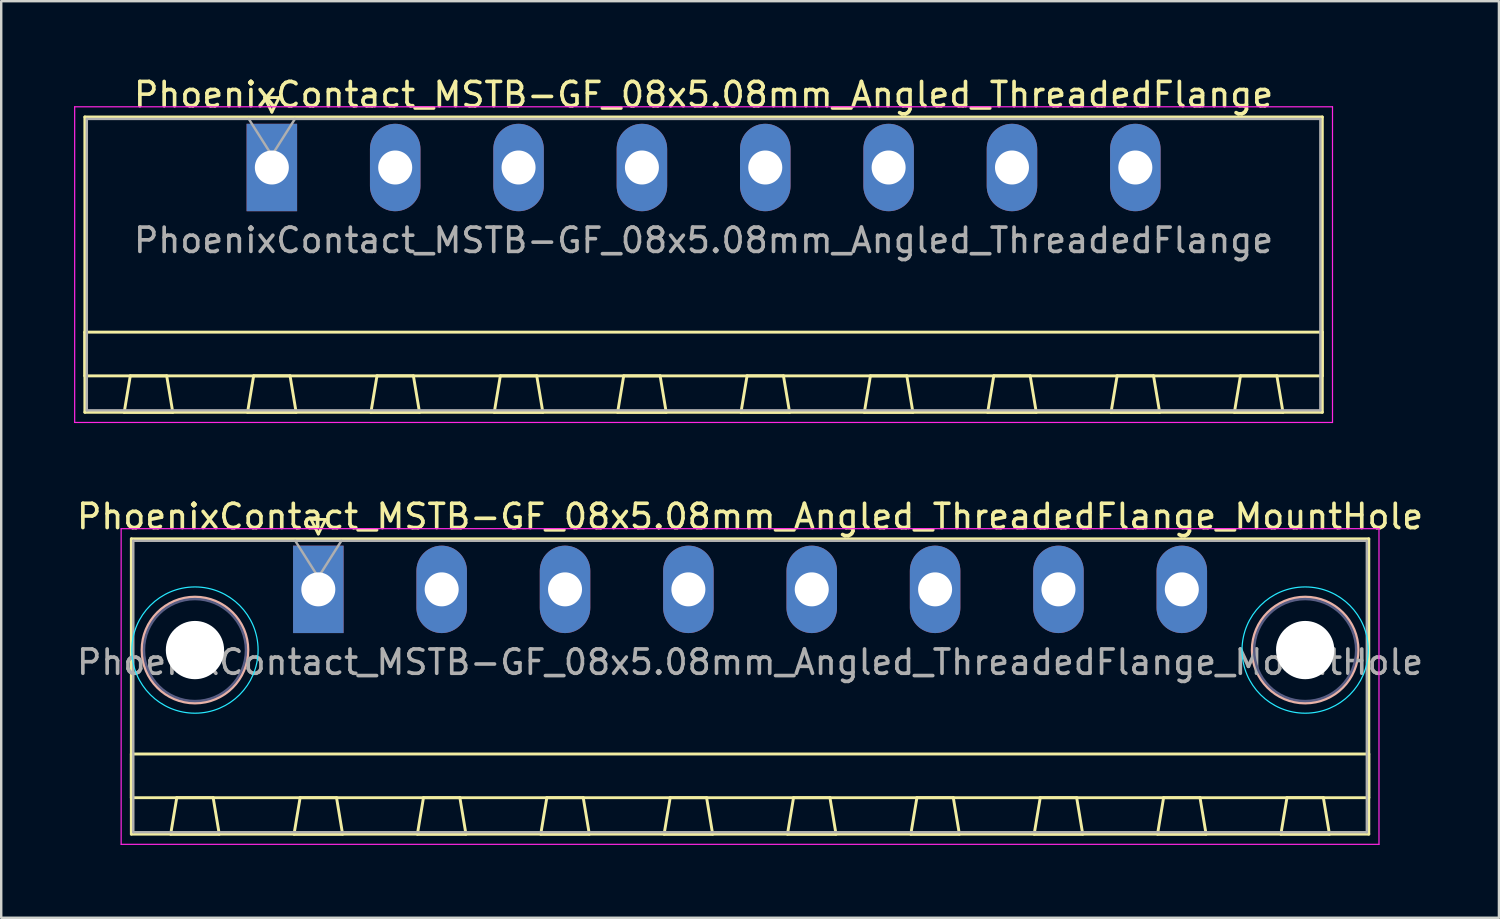
<source format=kicad_pcb>
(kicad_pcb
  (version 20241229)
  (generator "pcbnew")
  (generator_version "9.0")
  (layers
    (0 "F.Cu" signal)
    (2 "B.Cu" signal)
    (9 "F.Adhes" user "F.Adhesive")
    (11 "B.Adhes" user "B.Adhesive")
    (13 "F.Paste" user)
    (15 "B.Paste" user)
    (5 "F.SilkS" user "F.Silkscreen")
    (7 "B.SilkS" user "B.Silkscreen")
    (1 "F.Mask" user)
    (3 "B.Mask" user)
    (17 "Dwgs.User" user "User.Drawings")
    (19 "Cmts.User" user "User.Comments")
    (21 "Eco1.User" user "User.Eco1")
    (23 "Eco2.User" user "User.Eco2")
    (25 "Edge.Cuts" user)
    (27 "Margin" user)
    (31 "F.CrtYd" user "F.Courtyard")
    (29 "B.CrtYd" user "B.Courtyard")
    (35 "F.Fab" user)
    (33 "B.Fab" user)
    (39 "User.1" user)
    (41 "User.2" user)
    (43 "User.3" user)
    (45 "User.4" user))
  (footprint "PhoenixContact_MSTB-GF_08x5.08mm_Angled_ThreadedFlange"
    (layer "F.Cu")
    (at 8.145 3.848)
    (property "Reference" "PhoenixContact_MSTB-GF_08x5.08mm_Angled_ThreadedFlange" (at 17.78 -3 0) (layer "F.SilkS") (effects (font (size 1 1) (thickness 0.15))))
    (attr through_hole)
    (fp_line (start -7.7 -2.08) (end -7.7 10.08) (stroke (width 0.12) (type solid)) (layer "F.SilkS"))
    (fp_line (start -7.7 6.78) (end 43.26 6.78) (stroke (width 0.12) (type solid)) (layer "F.SilkS"))
    (fp_line (start -7.7 8.58) (end -7.7 6.78) (stroke (width 0.12) (type solid)) (layer "F.SilkS"))
    (fp_line (start -7.7 10.08) (end 43.26 10.08) (stroke (width 0.12) (type solid)) (layer "F.SilkS"))
    (fp_line (start -6.08 10.08) (end -4.08 10.08) (stroke (width 0.12) (type solid)) (layer "F.SilkS"))
    (fp_line (start -5.83 8.58) (end -6.08 10.08) (stroke (width 0.12) (type solid)) (layer "F.SilkS"))
    (fp_line (start -4.33 8.58) (end -5.83 8.58) (stroke (width 0.12) (type solid)) (layer "F.SilkS"))
    (fp_line (start -4.08 10.08) (end -4.33 8.58) (stroke (width 0.12) (type solid)) (layer "F.SilkS"))
    (fp_line (start -1 10.08) (end 1 10.08) (stroke (width 0.12) (type solid)) (layer "F.SilkS"))
    (fp_line (start -0.75 8.58) (end -1 10.08) (stroke (width 0.12) (type solid)) (layer "F.SilkS"))
    (fp_line (start -0.3 -2.88) (end 0.3 -2.88) (stroke (width 0.12) (type solid)) (layer "F.SilkS"))
    (fp_line (start 0 -2.28) (end -0.3 -2.88) (stroke (width 0.12) (type solid)) (layer "F.SilkS"))
    (fp_line (start 0.3 -2.88) (end 0 -2.28) (stroke (width 0.12) (type solid)) (layer "F.SilkS"))
    (fp_line (start 0.75 8.58) (end -0.75 8.58) (stroke (width 0.12) (type solid)) (layer "F.SilkS"))
    (fp_line (start 1 10.08) (end 0.75 8.58) (stroke (width 0.12) (type solid)) (layer "F.SilkS"))
    (fp_line (start 4.08 10.08) (end 6.08 10.08) (stroke (width 0.12) (type solid)) (layer "F.SilkS"))
    (fp_line (start 4.33 8.58) (end 4.08 10.08) (stroke (width 0.12) (type solid)) (layer "F.SilkS"))
    (fp_line (start 5.83 8.58) (end 4.33 8.58) (stroke (width 0.12) (type solid)) (layer "F.SilkS"))
    (fp_line (start 6.08 10.08) (end 5.83 8.58) (stroke (width 0.12) (type solid)) (layer "F.SilkS"))
    (fp_line (start 9.16 10.08) (end 11.16 10.08) (stroke (width 0.12) (type solid)) (layer "F.SilkS"))
    (fp_line (start 9.41 8.58) (end 9.16 10.08) (stroke (width 0.12) (type solid)) (layer "F.SilkS"))
    (fp_line (start 10.91 8.58) (end 9.41 8.58) (stroke (width 0.12) (type solid)) (layer "F.SilkS"))
    (fp_line (start 11.16 10.08) (end 10.91 8.58) (stroke (width 0.12) (type solid)) (layer "F.SilkS"))
    (fp_line (start 14.24 10.08) (end 16.24 10.08) (stroke (width 0.12) (type solid)) (layer "F.SilkS"))
    (fp_line (start 14.49 8.58) (end 14.24 10.08) (stroke (width 0.12) (type solid)) (layer "F.SilkS"))
    (fp_line (start 15.99 8.58) (end 14.49 8.58) (stroke (width 0.12) (type solid)) (layer "F.SilkS"))
    (fp_line (start 16.24 10.08) (end 15.99 8.58) (stroke (width 0.12) (type solid)) (layer "F.SilkS"))
    (fp_line (start 19.32 10.08) (end 21.32 10.08) (stroke (width 0.12) (type solid)) (layer "F.SilkS"))
    (fp_line (start 19.57 8.58) (end 19.32 10.08) (stroke (width 0.12) (type solid)) (layer "F.SilkS"))
    (fp_line (start 21.07 8.58) (end 19.57 8.58) (stroke (width 0.12) (type solid)) (layer "F.SilkS"))
    (fp_line (start 21.32 10.08) (end 21.07 8.58) (stroke (width 0.12) (type solid)) (layer "F.SilkS"))
    (fp_line (start 24.4 10.08) (end 26.4 10.08) (stroke (width 0.12) (type solid)) (layer "F.SilkS"))
    (fp_line (start 24.65 8.58) (end 24.4 10.08) (stroke (width 0.12) (type solid)) (layer "F.SilkS"))
    (fp_line (start 26.15 8.58) (end 24.65 8.58) (stroke (width 0.12) (type solid)) (layer "F.SilkS"))
    (fp_line (start 26.4 10.08) (end 26.15 8.58) (stroke (width 0.12) (type solid)) (layer "F.SilkS"))
    (fp_line (start 29.48 10.08) (end 31.48 10.08) (stroke (width 0.12) (type solid)) (layer "F.SilkS"))
    (fp_line (start 29.73 8.58) (end 29.48 10.08) (stroke (width 0.12) (type solid)) (layer "F.SilkS"))
    (fp_line (start 31.23 8.58) (end 29.73 8.58) (stroke (width 0.12) (type solid)) (layer "F.SilkS"))
    (fp_line (start 31.48 10.08) (end 31.23 8.58) (stroke (width 0.12) (type solid)) (layer "F.SilkS"))
    (fp_line (start 34.56 10.08) (end 36.56 10.08) (stroke (width 0.12) (type solid)) (layer "F.SilkS"))
    (fp_line (start 34.81 8.58) (end 34.56 10.08) (stroke (width 0.12) (type solid)) (layer "F.SilkS"))
    (fp_line (start 36.31 8.58) (end 34.81 8.58) (stroke (width 0.12) (type solid)) (layer "F.SilkS"))
    (fp_line (start 36.56 10.08) (end 36.31 8.58) (stroke (width 0.12) (type solid)) (layer "F.SilkS"))
    (fp_line (start 39.64 10.08) (end 41.64 10.08) (stroke (width 0.12) (type solid)) (layer "F.SilkS"))
    (fp_line (start 39.89 8.58) (end 39.64 10.08) (stroke (width 0.12) (type solid)) (layer "F.SilkS"))
    (fp_line (start 41.39 8.58) (end 39.89 8.58) (stroke (width 0.12) (type solid)) (layer "F.SilkS"))
    (fp_line (start 41.64 10.08) (end 41.39 8.58) (stroke (width 0.12) (type solid)) (layer "F.SilkS"))
    (fp_line (start 43.26 -2.08) (end -7.7 -2.08) (stroke (width 0.12) (type solid)) (layer "F.SilkS"))
    (fp_line (start 43.26 6.78) (end 43.26 8.58) (stroke (width 0.12) (type solid)) (layer "F.SilkS"))
    (fp_line (start 43.26 8.58) (end -7.7 8.58) (stroke (width 0.12) (type solid)) (layer "F.SilkS"))
    (fp_line (start 43.26 10.08) (end 43.26 -2.08) (stroke (width 0.12) (type solid)) (layer "F.SilkS"))
    (fp_line (start -8.12 -2.5) (end -8.12 10.5) (stroke (width 0.05) (type solid)) (layer "F.CrtYd"))
    (fp_line (start -8.12 10.5) (end 43.68 10.5) (stroke (width 0.05) (type solid)) (layer "F.CrtYd"))
    (fp_line (start 43.68 -2.5) (end -8.12 -2.5) (stroke (width 0.05) (type solid)) (layer "F.CrtYd"))
    (fp_line (start 43.68 10.5) (end 43.68 -2.5) (stroke (width 0.05) (type solid)) (layer "F.CrtYd"))
    (fp_line (start -7.62 -2) (end -7.62 10) (stroke (width 0.1) (type solid)) (layer "F.Fab"))
    (fp_line (start -7.62 10) (end 43.18 10) (stroke (width 0.1) (type solid)) (layer "F.Fab"))
    (fp_line (start 0 -0.5) (end -0.95 -2) (stroke (width 0.1) (type solid)) (layer "F.Fab"))
    (fp_line (start 0.95 -2) (end 0 -0.5) (stroke (width 0.1) (type solid)) (layer "F.Fab"))
    (fp_line (start 43.18 -2) (end -7.62 -2) (stroke (width 0.1) (type solid)) (layer "F.Fab"))
    (fp_line (start 43.18 10) (end 43.18 -2) (stroke (width 0.1) (type solid)) (layer "F.Fab"))
    (fp_text user "${REFERENCE}" (at 17.78 3 0) (layer "F.Fab") (effects (font (size 1 1) (thickness 0.15))))
    (pad "1" thru_hole rect (at 0 0) (size 2.08 3.6) (drill 1.4) (layers "*.Cu" "*.Mask"))
    (pad "2" thru_hole oval (at 5.08 0) (size 2.08 3.6) (drill 1.4) (layers "*.Cu" "*.Mask"))
    (pad "3" thru_hole oval (at 10.16 0) (size 2.08 3.6) (drill 1.4) (layers "*.Cu" "*.Mask"))
    (pad "4" thru_hole oval (at 15.24 0) (size 2.08 3.6) (drill 1.4) (layers "*.Cu" "*.Mask"))
    (pad "5" thru_hole oval (at 20.32 0) (size 2.08 3.6) (drill 1.4) (layers "*.Cu" "*.Mask"))
    (pad "6" thru_hole oval (at 25.4 0) (size 2.08 3.6) (drill 1.4) (layers "*.Cu" "*.Mask"))
    (pad "7" thru_hole oval (at 30.48 0) (size 2.08 3.6) (drill 1.4) (layers "*.Cu" "*.Mask"))
    (pad "8" thru_hole oval (at 35.56 0) (size 2.08 3.6) (drill 1.4) (layers "*.Cu" "*.Mask")))
  (footprint "PhoenixContact_MSTB-GF_08x5.08mm_Angled_ThreadedFlange_MountHole"
    (layer "F.Cu")
    (at 10.059 21.221)
    (property "Reference" "PhoenixContact_MSTB-GF_08x5.08mm_Angled_ThreadedFlange_MountHole" (at 17.78 -3 0) (layer "F.SilkS") (effects (font (size 1 1) (thickness 0.15))))
    (attr through_hole)
    (fp_line (start -7.7 -2.08) (end -7.7 10.08) (stroke (width 0.12) (type solid)) (layer "F.SilkS"))
    (fp_line (start -7.7 6.78) (end 43.26 6.78) (stroke (width 0.12) (type solid)) (layer "F.SilkS"))
    (fp_line (start -7.7 8.58) (end -7.7 6.78) (stroke (width 0.12) (type solid)) (layer "F.SilkS"))
    (fp_line (start -7.7 10.08) (end 43.26 10.08) (stroke (width 0.12) (type solid)) (layer "F.SilkS"))
    (fp_line (start -6.08 10.08) (end -4.08 10.08) (stroke (width 0.12) (type solid)) (layer "F.SilkS"))
    (fp_line (start -5.83 8.58) (end -6.08 10.08) (stroke (width 0.12) (type solid)) (layer "F.SilkS"))
    (fp_line (start -4.33 8.58) (end -5.83 8.58) (stroke (width 0.12) (type solid)) (layer "F.SilkS"))
    (fp_line (start -4.08 10.08) (end -4.33 8.58) (stroke (width 0.12) (type solid)) (layer "F.SilkS"))
    (fp_line (start -1 10.08) (end 1 10.08) (stroke (width 0.12) (type solid)) (layer "F.SilkS"))
    (fp_line (start -0.75 8.58) (end -1 10.08) (stroke (width 0.12) (type solid)) (layer "F.SilkS"))
    (fp_line (start -0.3 -2.88) (end 0.3 -2.88) (stroke (width 0.12) (type solid)) (layer "F.SilkS"))
    (fp_line (start 0 -2.28) (end -0.3 -2.88) (stroke (width 0.12) (type solid)) (layer "F.SilkS"))
    (fp_line (start 0.3 -2.88) (end 0 -2.28) (stroke (width 0.12) (type solid)) (layer "F.SilkS"))
    (fp_line (start 0.75 8.58) (end -0.75 8.58) (stroke (width 0.12) (type solid)) (layer "F.SilkS"))
    (fp_line (start 1 10.08) (end 0.75 8.58) (stroke (width 0.12) (type solid)) (layer "F.SilkS"))
    (fp_line (start 4.08 10.08) (end 6.08 10.08) (stroke (width 0.12) (type solid)) (layer "F.SilkS"))
    (fp_line (start 4.33 8.58) (end 4.08 10.08) (stroke (width 0.12) (type solid)) (layer "F.SilkS"))
    (fp_line (start 5.83 8.58) (end 4.33 8.58) (stroke (width 0.12) (type solid)) (layer "F.SilkS"))
    (fp_line (start 6.08 10.08) (end 5.83 8.58) (stroke (width 0.12) (type solid)) (layer "F.SilkS"))
    (fp_line (start 9.16 10.08) (end 11.16 10.08) (stroke (width 0.12) (type solid)) (layer "F.SilkS"))
    (fp_line (start 9.41 8.58) (end 9.16 10.08) (stroke (width 0.12) (type solid)) (layer "F.SilkS"))
    (fp_line (start 10.91 8.58) (end 9.41 8.58) (stroke (width 0.12) (type solid)) (layer "F.SilkS"))
    (fp_line (start 11.16 10.08) (end 10.91 8.58) (stroke (width 0.12) (type solid)) (layer "F.SilkS"))
    (fp_line (start 14.24 10.08) (end 16.24 10.08) (stroke (width 0.12) (type solid)) (layer "F.SilkS"))
    (fp_line (start 14.49 8.58) (end 14.24 10.08) (stroke (width 0.12) (type solid)) (layer "F.SilkS"))
    (fp_line (start 15.99 8.58) (end 14.49 8.58) (stroke (width 0.12) (type solid)) (layer "F.SilkS"))
    (fp_line (start 16.24 10.08) (end 15.99 8.58) (stroke (width 0.12) (type solid)) (layer "F.SilkS"))
    (fp_line (start 19.32 10.08) (end 21.32 10.08) (stroke (width 0.12) (type solid)) (layer "F.SilkS"))
    (fp_line (start 19.57 8.58) (end 19.32 10.08) (stroke (width 0.12) (type solid)) (layer "F.SilkS"))
    (fp_line (start 21.07 8.58) (end 19.57 8.58) (stroke (width 0.12) (type solid)) (layer "F.SilkS"))
    (fp_line (start 21.32 10.08) (end 21.07 8.58) (stroke (width 0.12) (type solid)) (layer "F.SilkS"))
    (fp_line (start 24.4 10.08) (end 26.4 10.08) (stroke (width 0.12) (type solid)) (layer "F.SilkS"))
    (fp_line (start 24.65 8.58) (end 24.4 10.08) (stroke (width 0.12) (type solid)) (layer "F.SilkS"))
    (fp_line (start 26.15 8.58) (end 24.65 8.58) (stroke (width 0.12) (type solid)) (layer "F.SilkS"))
    (fp_line (start 26.4 10.08) (end 26.15 8.58) (stroke (width 0.12) (type solid)) (layer "F.SilkS"))
    (fp_line (start 29.48 10.08) (end 31.48 10.08) (stroke (width 0.12) (type solid)) (layer "F.SilkS"))
    (fp_line (start 29.73 8.58) (end 29.48 10.08) (stroke (width 0.12) (type solid)) (layer "F.SilkS"))
    (fp_line (start 31.23 8.58) (end 29.73 8.58) (stroke (width 0.12) (type solid)) (layer "F.SilkS"))
    (fp_line (start 31.48 10.08) (end 31.23 8.58) (stroke (width 0.12) (type solid)) (layer "F.SilkS"))
    (fp_line (start 34.56 10.08) (end 36.56 10.08) (stroke (width 0.12) (type solid)) (layer "F.SilkS"))
    (fp_line (start 34.81 8.58) (end 34.56 10.08) (stroke (width 0.12) (type solid)) (layer "F.SilkS"))
    (fp_line (start 36.31 8.58) (end 34.81 8.58) (stroke (width 0.12) (type solid)) (layer "F.SilkS"))
    (fp_line (start 36.56 10.08) (end 36.31 8.58) (stroke (width 0.12) (type solid)) (layer "F.SilkS"))
    (fp_line (start 39.64 10.08) (end 41.64 10.08) (stroke (width 0.12) (type solid)) (layer "F.SilkS"))
    (fp_line (start 39.89 8.58) (end 39.64 10.08) (stroke (width 0.12) (type solid)) (layer "F.SilkS"))
    (fp_line (start 41.39 8.58) (end 39.89 8.58) (stroke (width 0.12) (type solid)) (layer "F.SilkS"))
    (fp_line (start 41.64 10.08) (end 41.39 8.58) (stroke (width 0.12) (type solid)) (layer "F.SilkS"))
    (fp_line (start 43.26 -2.08) (end -7.7 -2.08) (stroke (width 0.12) (type solid)) (layer "F.SilkS"))
    (fp_line (start 43.26 6.78) (end 43.26 8.58) (stroke (width 0.12) (type solid)) (layer "F.SilkS"))
    (fp_line (start 43.26 8.58) (end -7.7 8.58) (stroke (width 0.12) (type solid)) (layer "F.SilkS"))
    (fp_line (start 43.26 10.08) (end 43.26 -2.08) (stroke (width 0.12) (type solid)) (layer "F.SilkS"))
    (fp_circle (center -5.08 2.5) (end -2.9 2.5) (stroke (width 0.12) (type solid)) (fill no) (layer "B.SilkS"))
    (fp_circle (center 40.64 2.5) (end 42.82 2.5) (stroke (width 0.12) (type solid)) (fill no) (layer "B.SilkS"))
    (fp_circle (center -5.08 2.5) (end -2.48 2.5) (stroke (width 0.05) (type solid)) (fill no) (layer "B.CrtYd"))
    (fp_circle (center 40.64 2.5) (end 43.24 2.5) (stroke (width 0.05) (type solid)) (fill no) (layer "B.CrtYd"))
    (fp_line (start -8.12 -2.5) (end -8.12 10.5) (stroke (width 0.05) (type solid)) (layer "F.CrtYd"))
    (fp_line (start -8.12 10.5) (end 43.68 10.5) (stroke (width 0.05) (type solid)) (layer "F.CrtYd"))
    (fp_line (start 43.68 -2.5) (end -8.12 -2.5) (stroke (width 0.05) (type solid)) (layer "F.CrtYd"))
    (fp_line (start 43.68 10.5) (end 43.68 -2.5) (stroke (width 0.05) (type solid)) (layer "F.CrtYd"))
    (fp_circle (center -5.08 2.5) (end -2.98 2.5) (stroke (width 0.1) (type solid)) (fill no) (layer "B.Fab"))
    (fp_circle (center 40.64 2.5) (end 42.74 2.5) (stroke (width 0.1) (type solid)) (fill no) (layer "B.Fab"))
    (fp_line (start -7.62 -2) (end -7.62 10) (stroke (width 0.1) (type solid)) (layer "F.Fab"))
    (fp_line (start -7.62 10) (end 43.18 10) (stroke (width 0.1) (type solid)) (layer "F.Fab"))
    (fp_line (start 0 -0.5) (end -0.95 -2) (stroke (width 0.1) (type solid)) (layer "F.Fab"))
    (fp_line (start 0.95 -2) (end 0 -0.5) (stroke (width 0.1) (type solid)) (layer "F.Fab"))
    (fp_line (start 43.18 -2) (end -7.62 -2) (stroke (width 0.1) (type solid)) (layer "F.Fab"))
    (fp_line (start 43.18 10) (end 43.18 -2) (stroke (width 0.1) (type solid)) (layer "F.Fab"))
    (fp_text user "${REFERENCE}" (at 17.78 3 0) (layer "F.Fab") (effects (font (size 1 1) (thickness 0.15))))
    (pad "" np_thru_hole circle (at -5.08 2.5) (size 2.4 2.4) (drill 2.4) (layers "*.Cu" "*.Mask"))
    (pad "" np_thru_hole circle (at 40.64 2.5) (size 2.4 2.4) (drill 2.4) (layers "*.Cu" "*.Mask"))
    (pad "1" thru_hole rect (at 0 0) (size 2.08 3.6) (drill 1.4) (layers "*.Cu" "*.Mask"))
    (pad "2" thru_hole oval (at 5.08 0) (size 2.08 3.6) (drill 1.4) (layers "*.Cu" "*.Mask"))
    (pad "3" thru_hole oval (at 10.16 0) (size 2.08 3.6) (drill 1.4) (layers "*.Cu" "*.Mask"))
    (pad "4" thru_hole oval (at 15.24 0) (size 2.08 3.6) (drill 1.4) (layers "*.Cu" "*.Mask"))
    (pad "5" thru_hole oval (at 20.32 0) (size 2.08 3.6) (drill 1.4) (layers "*.Cu" "*.Mask"))
    (pad "6" thru_hole oval (at 25.4 0) (size 2.08 3.6) (drill 1.4) (layers "*.Cu" "*.Mask"))
    (pad "7" thru_hole oval (at 30.48 0) (size 2.08 3.6) (drill 1.4) (layers "*.Cu" "*.Mask"))
    (pad "8" thru_hole oval (at 35.56 0) (size 2.08 3.6) (drill 1.4) (layers "*.Cu" "*.Mask")))
  (gr_rect
    (start -3 -3)
    (end 58.679 34.746)
    (stroke (width 0.1) (type default))
    (fill no)
    (layer "Edge.Cuts")))
</source>
